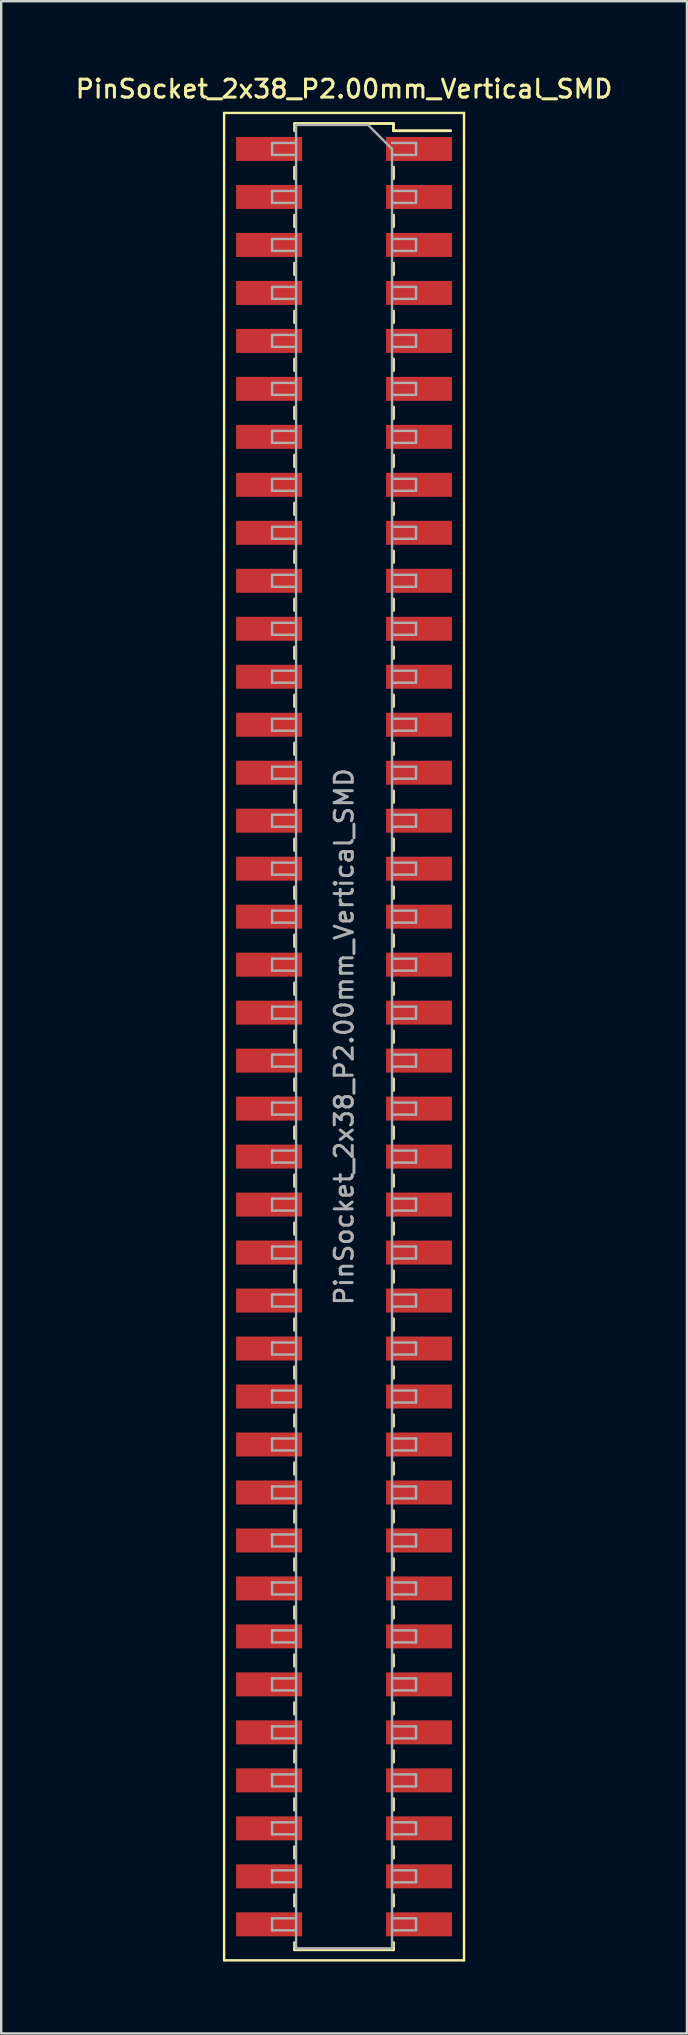
<source format=kicad_pcb>
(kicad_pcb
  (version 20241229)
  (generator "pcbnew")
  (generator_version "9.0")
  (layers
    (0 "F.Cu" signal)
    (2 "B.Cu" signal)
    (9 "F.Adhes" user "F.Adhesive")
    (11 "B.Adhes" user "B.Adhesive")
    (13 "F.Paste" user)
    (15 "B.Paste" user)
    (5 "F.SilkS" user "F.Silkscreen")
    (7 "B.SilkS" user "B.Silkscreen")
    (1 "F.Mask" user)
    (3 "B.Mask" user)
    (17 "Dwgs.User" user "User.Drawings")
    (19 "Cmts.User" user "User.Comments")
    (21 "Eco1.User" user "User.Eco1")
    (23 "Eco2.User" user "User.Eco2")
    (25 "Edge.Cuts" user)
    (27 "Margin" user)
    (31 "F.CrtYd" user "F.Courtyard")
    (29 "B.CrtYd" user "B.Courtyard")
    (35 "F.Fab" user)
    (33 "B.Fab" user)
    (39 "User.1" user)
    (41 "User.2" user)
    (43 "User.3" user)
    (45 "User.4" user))
  (footprint "PinSocket_2x38_P2.00mm_Vertical_SMD"
    (layer "F.Cu")
    (at 11.291 40.158)
    (property "Reference" "PinSocket_2x38_P2.00mm_Vertical_SMD" (at 0 -39.5 0) (layer "F.SilkS") (effects (font (size 0.75 0.75) (thickness 0.125))))
    (attr smd)
    (fp_line (start -5 -38.5) (end 5 -38.5) (stroke (width 0.1) (type solid)) (layer "F.SilkS"))
    (fp_line (start -5 38.5) (end -5 -38.5) (stroke (width 0.1) (type solid)) (layer "F.SilkS"))
    (fp_line (start -2.06 -38.06) (end -2.06 -37.76) (stroke (width 0.12) (type solid)) (layer "F.SilkS"))
    (fp_line (start -2.06 -38.06) (end 2.06 -38.06) (stroke (width 0.12) (type solid)) (layer "F.SilkS"))
    (fp_line (start -2.06 -36.24) (end -2.06 -35.76) (stroke (width 0.12) (type solid)) (layer "F.SilkS"))
    (fp_line (start -2.06 -34.24) (end -2.06 -33.76) (stroke (width 0.12) (type solid)) (layer "F.SilkS"))
    (fp_line (start -2.06 -32.24) (end -2.06 -31.76) (stroke (width 0.12) (type solid)) (layer "F.SilkS"))
    (fp_line (start -2.06 -30.24) (end -2.06 -29.76) (stroke (width 0.12) (type solid)) (layer "F.SilkS"))
    (fp_line (start -2.06 -28.24) (end -2.06 -27.76) (stroke (width 0.12) (type solid)) (layer "F.SilkS"))
    (fp_line (start -2.06 -26.24) (end -2.06 -25.76) (stroke (width 0.12) (type solid)) (layer "F.SilkS"))
    (fp_line (start -2.06 -24.24) (end -2.06 -23.76) (stroke (width 0.12) (type solid)) (layer "F.SilkS"))
    (fp_line (start -2.06 -22.24) (end -2.06 -21.76) (stroke (width 0.12) (type solid)) (layer "F.SilkS"))
    (fp_line (start -2.06 -20.24) (end -2.06 -19.76) (stroke (width 0.12) (type solid)) (layer "F.SilkS"))
    (fp_line (start -2.06 -18.24) (end -2.06 -17.76) (stroke (width 0.12) (type solid)) (layer "F.SilkS"))
    (fp_line (start -2.06 -16.24) (end -2.06 -15.76) (stroke (width 0.12) (type solid)) (layer "F.SilkS"))
    (fp_line (start -2.06 -14.24) (end -2.06 -13.76) (stroke (width 0.12) (type solid)) (layer "F.SilkS"))
    (fp_line (start -2.06 -12.24) (end -2.06 -11.76) (stroke (width 0.12) (type solid)) (layer "F.SilkS"))
    (fp_line (start -2.06 -10.24) (end -2.06 -9.76) (stroke (width 0.12) (type solid)) (layer "F.SilkS"))
    (fp_line (start -2.06 -8.24) (end -2.06 -7.76) (stroke (width 0.12) (type solid)) (layer "F.SilkS"))
    (fp_line (start -2.06 -6.24) (end -2.06 -5.76) (stroke (width 0.12) (type solid)) (layer "F.SilkS"))
    (fp_line (start -2.06 -4.24) (end -2.06 -3.76) (stroke (width 0.12) (type solid)) (layer "F.SilkS"))
    (fp_line (start -2.06 -2.24) (end -2.06 -1.76) (stroke (width 0.12) (type solid)) (layer "F.SilkS"))
    (fp_line (start -2.06 -0.24) (end -2.06 0.24) (stroke (width 0.12) (type solid)) (layer "F.SilkS"))
    (fp_line (start -2.06 1.76) (end -2.06 2.24) (stroke (width 0.12) (type solid)) (layer "F.SilkS"))
    (fp_line (start -2.06 3.76) (end -2.06 4.24) (stroke (width 0.12) (type solid)) (layer "F.SilkS"))
    (fp_line (start -2.06 5.76) (end -2.06 6.24) (stroke (width 0.12) (type solid)) (layer "F.SilkS"))
    (fp_line (start -2.06 7.76) (end -2.06 8.24) (stroke (width 0.12) (type solid)) (layer "F.SilkS"))
    (fp_line (start -2.06 9.76) (end -2.06 10.24) (stroke (width 0.12) (type solid)) (layer "F.SilkS"))
    (fp_line (start -2.06 11.76) (end -2.06 12.24) (stroke (width 0.12) (type solid)) (layer "F.SilkS"))
    (fp_line (start -2.06 13.76) (end -2.06 14.24) (stroke (width 0.12) (type solid)) (layer "F.SilkS"))
    (fp_line (start -2.06 15.76) (end -2.06 16.24) (stroke (width 0.12) (type solid)) (layer "F.SilkS"))
    (fp_line (start -2.06 17.76) (end -2.06 18.24) (stroke (width 0.12) (type solid)) (layer "F.SilkS"))
    (fp_line (start -2.06 19.76) (end -2.06 20.24) (stroke (width 0.12) (type solid)) (layer "F.SilkS"))
    (fp_line (start -2.06 21.76) (end -2.06 22.24) (stroke (width 0.12) (type solid)) (layer "F.SilkS"))
    (fp_line (start -2.06 23.76) (end -2.06 24.24) (stroke (width 0.12) (type solid)) (layer "F.SilkS"))
    (fp_line (start -2.06 25.76) (end -2.06 26.24) (stroke (width 0.12) (type solid)) (layer "F.SilkS"))
    (fp_line (start -2.06 27.76) (end -2.06 28.24) (stroke (width 0.12) (type solid)) (layer "F.SilkS"))
    (fp_line (start -2.06 29.76) (end -2.06 30.24) (stroke (width 0.12) (type solid)) (layer "F.SilkS"))
    (fp_line (start -2.06 31.76) (end -2.06 32.24) (stroke (width 0.12) (type solid)) (layer "F.SilkS"))
    (fp_line (start -2.06 33.76) (end -2.06 34.24) (stroke (width 0.12) (type solid)) (layer "F.SilkS"))
    (fp_line (start -2.06 35.76) (end -2.06 36.24) (stroke (width 0.12) (type solid)) (layer "F.SilkS"))
    (fp_line (start -2.06 37.76) (end -2.06 38.06) (stroke (width 0.12) (type solid)) (layer "F.SilkS"))
    (fp_line (start -2.06 38.06) (end 2.06 38.06) (stroke (width 0.12) (type solid)) (layer "F.SilkS"))
    (fp_line (start 2.06 -38.06) (end 2.06 -37.76) (stroke (width 0.12) (type solid)) (layer "F.SilkS"))
    (fp_line (start 2.06 -37.76) (end 4.44 -37.76) (stroke (width 0.12) (type solid)) (layer "F.SilkS"))
    (fp_line (start 2.06 -36.24) (end 2.06 -35.76) (stroke (width 0.12) (type solid)) (layer "F.SilkS"))
    (fp_line (start 2.06 -34.24) (end 2.06 -33.76) (stroke (width 0.12) (type solid)) (layer "F.SilkS"))
    (fp_line (start 2.06 -32.24) (end 2.06 -31.76) (stroke (width 0.12) (type solid)) (layer "F.SilkS"))
    (fp_line (start 2.06 -30.24) (end 2.06 -29.76) (stroke (width 0.12) (type solid)) (layer "F.SilkS"))
    (fp_line (start 2.06 -28.24) (end 2.06 -27.76) (stroke (width 0.12) (type solid)) (layer "F.SilkS"))
    (fp_line (start 2.06 -26.24) (end 2.06 -25.76) (stroke (width 0.12) (type solid)) (layer "F.SilkS"))
    (fp_line (start 2.06 -24.24) (end 2.06 -23.76) (stroke (width 0.12) (type solid)) (layer "F.SilkS"))
    (fp_line (start 2.06 -22.24) (end 2.06 -21.76) (stroke (width 0.12) (type solid)) (layer "F.SilkS"))
    (fp_line (start 2.06 -20.24) (end 2.06 -19.76) (stroke (width 0.12) (type solid)) (layer "F.SilkS"))
    (fp_line (start 2.06 -18.24) (end 2.06 -17.76) (stroke (width 0.12) (type solid)) (layer "F.SilkS"))
    (fp_line (start 2.06 -16.24) (end 2.06 -15.76) (stroke (width 0.12) (type solid)) (layer "F.SilkS"))
    (fp_line (start 2.06 -14.24) (end 2.06 -13.76) (stroke (width 0.12) (type solid)) (layer "F.SilkS"))
    (fp_line (start 2.06 -12.24) (end 2.06 -11.76) (stroke (width 0.12) (type solid)) (layer "F.SilkS"))
    (fp_line (start 2.06 -10.24) (end 2.06 -9.76) (stroke (width 0.12) (type solid)) (layer "F.SilkS"))
    (fp_line (start 2.06 -8.24) (end 2.06 -7.76) (stroke (width 0.12) (type solid)) (layer "F.SilkS"))
    (fp_line (start 2.06 -6.24) (end 2.06 -5.76) (stroke (width 0.12) (type solid)) (layer "F.SilkS"))
    (fp_line (start 2.06 -4.24) (end 2.06 -3.76) (stroke (width 0.12) (type solid)) (layer "F.SilkS"))
    (fp_line (start 2.06 -2.24) (end 2.06 -1.76) (stroke (width 0.12) (type solid)) (layer "F.SilkS"))
    (fp_line (start 2.06 -0.24) (end 2.06 0.24) (stroke (width 0.12) (type solid)) (layer "F.SilkS"))
    (fp_line (start 2.06 1.76) (end 2.06 2.24) (stroke (width 0.12) (type solid)) (layer "F.SilkS"))
    (fp_line (start 2.06 3.76) (end 2.06 4.24) (stroke (width 0.12) (type solid)) (layer "F.SilkS"))
    (fp_line (start 2.06 5.76) (end 2.06 6.24) (stroke (width 0.12) (type solid)) (layer "F.SilkS"))
    (fp_line (start 2.06 7.76) (end 2.06 8.24) (stroke (width 0.12) (type solid)) (layer "F.SilkS"))
    (fp_line (start 2.06 9.76) (end 2.06 10.24) (stroke (width 0.12) (type solid)) (layer "F.SilkS"))
    (fp_line (start 2.06 11.76) (end 2.06 12.24) (stroke (width 0.12) (type solid)) (layer "F.SilkS"))
    (fp_line (start 2.06 13.76) (end 2.06 14.24) (stroke (width 0.12) (type solid)) (layer "F.SilkS"))
    (fp_line (start 2.06 15.76) (end 2.06 16.24) (stroke (width 0.12) (type solid)) (layer "F.SilkS"))
    (fp_line (start 2.06 17.76) (end 2.06 18.24) (stroke (width 0.12) (type solid)) (layer "F.SilkS"))
    (fp_line (start 2.06 19.76) (end 2.06 20.24) (stroke (width 0.12) (type solid)) (layer "F.SilkS"))
    (fp_line (start 2.06 21.76) (end 2.06 22.24) (stroke (width 0.12) (type solid)) (layer "F.SilkS"))
    (fp_line (start 2.06 23.76) (end 2.06 24.24) (stroke (width 0.12) (type solid)) (layer "F.SilkS"))
    (fp_line (start 2.06 25.76) (end 2.06 26.24) (stroke (width 0.12) (type solid)) (layer "F.SilkS"))
    (fp_line (start 2.06 27.76) (end 2.06 28.24) (stroke (width 0.12) (type solid)) (layer "F.SilkS"))
    (fp_line (start 2.06 29.76) (end 2.06 30.24) (stroke (width 0.12) (type solid)) (layer "F.SilkS"))
    (fp_line (start 2.06 31.76) (end 2.06 32.24) (stroke (width 0.12) (type solid)) (layer "F.SilkS"))
    (fp_line (start 2.06 33.76) (end 2.06 34.24) (stroke (width 0.12) (type solid)) (layer "F.SilkS"))
    (fp_line (start 2.06 35.76) (end 2.06 36.24) (stroke (width 0.12) (type solid)) (layer "F.SilkS"))
    (fp_line (start 2.06 37.76) (end 2.06 38.06) (stroke (width 0.12) (type solid)) (layer "F.SilkS"))
    (fp_line (start 5 -38.5) (end 5 38.5) (stroke (width 0.1) (type solid)) (layer "F.SilkS"))
    (fp_line (start 5 38.5) (end -5 38.5) (stroke (width 0.1) (type solid)) (layer "F.SilkS"))
    (fp_line (start -3 -37.25) (end -2 -37.25) (stroke (width 0.1) (type solid)) (layer "F.Fab"))
    (fp_line (start -3 -36.75) (end -3 -37.25) (stroke (width 0.1) (type solid)) (layer "F.Fab"))
    (fp_line (start -3 -35.25) (end -2 -35.25) (stroke (width 0.1) (type solid)) (layer "F.Fab"))
    (fp_line (start -3 -34.75) (end -3 -35.25) (stroke (width 0.1) (type solid)) (layer "F.Fab"))
    (fp_line (start -3 -33.25) (end -2 -33.25) (stroke (width 0.1) (type solid)) (layer "F.Fab"))
    (fp_line (start -3 -32.75) (end -3 -33.25) (stroke (width 0.1) (type solid)) (layer "F.Fab"))
    (fp_line (start -3 -31.25) (end -2 -31.25) (stroke (width 0.1) (type solid)) (layer "F.Fab"))
    (fp_line (start -3 -30.75) (end -3 -31.25) (stroke (width 0.1) (type solid)) (layer "F.Fab"))
    (fp_line (start -3 -29.25) (end -2 -29.25) (stroke (width 0.1) (type solid)) (layer "F.Fab"))
    (fp_line (start -3 -28.75) (end -3 -29.25) (stroke (width 0.1) (type solid)) (layer "F.Fab"))
    (fp_line (start -3 -27.25) (end -2 -27.25) (stroke (width 0.1) (type solid)) (layer "F.Fab"))
    (fp_line (start -3 -26.75) (end -3 -27.25) (stroke (width 0.1) (type solid)) (layer "F.Fab"))
    (fp_line (start -3 -25.25) (end -2 -25.25) (stroke (width 0.1) (type solid)) (layer "F.Fab"))
    (fp_line (start -3 -24.75) (end -3 -25.25) (stroke (width 0.1) (type solid)) (layer "F.Fab"))
    (fp_line (start -3 -23.25) (end -2 -23.25) (stroke (width 0.1) (type solid)) (layer "F.Fab"))
    (fp_line (start -3 -22.75) (end -3 -23.25) (stroke (width 0.1) (type solid)) (layer "F.Fab"))
    (fp_line (start -3 -21.25) (end -2 -21.25) (stroke (width 0.1) (type solid)) (layer "F.Fab"))
    (fp_line (start -3 -20.75) (end -3 -21.25) (stroke (width 0.1) (type solid)) (layer "F.Fab"))
    (fp_line (start -3 -19.25) (end -2 -19.25) (stroke (width 0.1) (type solid)) (layer "F.Fab"))
    (fp_line (start -3 -18.75) (end -3 -19.25) (stroke (width 0.1) (type solid)) (layer "F.Fab"))
    (fp_line (start -3 -17.25) (end -2 -17.25) (stroke (width 0.1) (type solid)) (layer "F.Fab"))
    (fp_line (start -3 -16.75) (end -3 -17.25) (stroke (width 0.1) (type solid)) (layer "F.Fab"))
    (fp_line (start -3 -15.25) (end -2 -15.25) (stroke (width 0.1) (type solid)) (layer "F.Fab"))
    (fp_line (start -3 -14.75) (end -3 -15.25) (stroke (width 0.1) (type solid)) (layer "F.Fab"))
    (fp_line (start -3 -13.25) (end -2 -13.25) (stroke (width 0.1) (type solid)) (layer "F.Fab"))
    (fp_line (start -3 -12.75) (end -3 -13.25) (stroke (width 0.1) (type solid)) (layer "F.Fab"))
    (fp_line (start -3 -11.25) (end -2 -11.25) (stroke (width 0.1) (type solid)) (layer "F.Fab"))
    (fp_line (start -3 -10.75) (end -3 -11.25) (stroke (width 0.1) (type solid)) (layer "F.Fab"))
    (fp_line (start -3 -9.25) (end -2 -9.25) (stroke (width 0.1) (type solid)) (layer "F.Fab"))
    (fp_line (start -3 -8.75) (end -3 -9.25) (stroke (width 0.1) (type solid)) (layer "F.Fab"))
    (fp_line (start -3 -7.25) (end -2 -7.25) (stroke (width 0.1) (type solid)) (layer "F.Fab"))
    (fp_line (start -3 -6.75) (end -3 -7.25) (stroke (width 0.1) (type solid)) (layer "F.Fab"))
    (fp_line (start -3 -5.25) (end -2 -5.25) (stroke (width 0.1) (type solid)) (layer "F.Fab"))
    (fp_line (start -3 -4.75) (end -3 -5.25) (stroke (width 0.1) (type solid)) (layer "F.Fab"))
    (fp_line (start -3 -3.25) (end -2 -3.25) (stroke (width 0.1) (type solid)) (layer "F.Fab"))
    (fp_line (start -3 -2.75) (end -3 -3.25) (stroke (width 0.1) (type solid)) (layer "F.Fab"))
    (fp_line (start -3 -1.25) (end -2 -1.25) (stroke (width 0.1) (type solid)) (layer "F.Fab"))
    (fp_line (start -3 -0.75) (end -3 -1.25) (stroke (width 0.1) (type solid)) (layer "F.Fab"))
    (fp_line (start -3 0.75) (end -2 0.75) (stroke (width 0.1) (type solid)) (layer "F.Fab"))
    (fp_line (start -3 1.25) (end -3 0.75) (stroke (width 0.1) (type solid)) (layer "F.Fab"))
    (fp_line (start -3 2.75) (end -2 2.75) (stroke (width 0.1) (type solid)) (layer "F.Fab"))
    (fp_line (start -3 3.25) (end -3 2.75) (stroke (width 0.1) (type solid)) (layer "F.Fab"))
    (fp_line (start -3 4.75) (end -2 4.75) (stroke (width 0.1) (type solid)) (layer "F.Fab"))
    (fp_line (start -3 5.25) (end -3 4.75) (stroke (width 0.1) (type solid)) (layer "F.Fab"))
    (fp_line (start -3 6.75) (end -2 6.75) (stroke (width 0.1) (type solid)) (layer "F.Fab"))
    (fp_line (start -3 7.25) (end -3 6.75) (stroke (width 0.1) (type solid)) (layer "F.Fab"))
    (fp_line (start -3 8.75) (end -2 8.75) (stroke (width 0.1) (type solid)) (layer "F.Fab"))
    (fp_line (start -3 9.25) (end -3 8.75) (stroke (width 0.1) (type solid)) (layer "F.Fab"))
    (fp_line (start -3 10.75) (end -2 10.75) (stroke (width 0.1) (type solid)) (layer "F.Fab"))
    (fp_line (start -3 11.25) (end -3 10.75) (stroke (width 0.1) (type solid)) (layer "F.Fab"))
    (fp_line (start -3 12.75) (end -2 12.75) (stroke (width 0.1) (type solid)) (layer "F.Fab"))
    (fp_line (start -3 13.25) (end -3 12.75) (stroke (width 0.1) (type solid)) (layer "F.Fab"))
    (fp_line (start -3 14.75) (end -2 14.75) (stroke (width 0.1) (type solid)) (layer "F.Fab"))
    (fp_line (start -3 15.25) (end -3 14.75) (stroke (width 0.1) (type solid)) (layer "F.Fab"))
    (fp_line (start -3 16.75) (end -2 16.75) (stroke (width 0.1) (type solid)) (layer "F.Fab"))
    (fp_line (start -3 17.25) (end -3 16.75) (stroke (width 0.1) (type solid)) (layer "F.Fab"))
    (fp_line (start -3 18.75) (end -2 18.75) (stroke (width 0.1) (type solid)) (layer "F.Fab"))
    (fp_line (start -3 19.25) (end -3 18.75) (stroke (width 0.1) (type solid)) (layer "F.Fab"))
    (fp_line (start -3 20.75) (end -2 20.75) (stroke (width 0.1) (type solid)) (layer "F.Fab"))
    (fp_line (start -3 21.25) (end -3 20.75) (stroke (width 0.1) (type solid)) (layer "F.Fab"))
    (fp_line (start -3 22.75) (end -2 22.75) (stroke (width 0.1) (type solid)) (layer "F.Fab"))
    (fp_line (start -3 23.25) (end -3 22.75) (stroke (width 0.1) (type solid)) (layer "F.Fab"))
    (fp_line (start -3 24.75) (end -2 24.75) (stroke (width 0.1) (type solid)) (layer "F.Fab"))
    (fp_line (start -3 25.25) (end -3 24.75) (stroke (width 0.1) (type solid)) (layer "F.Fab"))
    (fp_line (start -3 26.75) (end -2 26.75) (stroke (width 0.1) (type solid)) (layer "F.Fab"))
    (fp_line (start -3 27.25) (end -3 26.75) (stroke (width 0.1) (type solid)) (layer "F.Fab"))
    (fp_line (start -3 28.75) (end -2 28.75) (stroke (width 0.1) (type solid)) (layer "F.Fab"))
    (fp_line (start -3 29.25) (end -3 28.75) (stroke (width 0.1) (type solid)) (layer "F.Fab"))
    (fp_line (start -3 30.75) (end -2 30.75) (stroke (width 0.1) (type solid)) (layer "F.Fab"))
    (fp_line (start -3 31.25) (end -3 30.75) (stroke (width 0.1) (type solid)) (layer "F.Fab"))
    (fp_line (start -3 32.75) (end -2 32.75) (stroke (width 0.1) (type solid)) (layer "F.Fab"))
    (fp_line (start -3 33.25) (end -3 32.75) (stroke (width 0.1) (type solid)) (layer "F.Fab"))
    (fp_line (start -3 34.75) (end -2 34.75) (stroke (width 0.1) (type solid)) (layer "F.Fab"))
    (fp_line (start -3 35.25) (end -3 34.75) (stroke (width 0.1) (type solid)) (layer "F.Fab"))
    (fp_line (start -3 36.75) (end -2 36.75) (stroke (width 0.1) (type solid)) (layer "F.Fab"))
    (fp_line (start -3 37.25) (end -3 36.75) (stroke (width 0.1) (type solid)) (layer "F.Fab"))
    (fp_line (start -2 -38) (end 1 -38) (stroke (width 0.1) (type solid)) (layer "F.Fab"))
    (fp_line (start -2 -36.75) (end -3 -36.75) (stroke (width 0.1) (type solid)) (layer "F.Fab"))
    (fp_line (start -2 -34.75) (end -3 -34.75) (stroke (width 0.1) (type solid)) (layer "F.Fab"))
    (fp_line (start -2 -32.75) (end -3 -32.75) (stroke (width 0.1) (type solid)) (layer "F.Fab"))
    (fp_line (start -2 -30.75) (end -3 -30.75) (stroke (width 0.1) (type solid)) (layer "F.Fab"))
    (fp_line (start -2 -28.75) (end -3 -28.75) (stroke (width 0.1) (type solid)) (layer "F.Fab"))
    (fp_line (start -2 -26.75) (end -3 -26.75) (stroke (width 0.1) (type solid)) (layer "F.Fab"))
    (fp_line (start -2 -24.75) (end -3 -24.75) (stroke (width 0.1) (type solid)) (layer "F.Fab"))
    (fp_line (start -2 -22.75) (end -3 -22.75) (stroke (width 0.1) (type solid)) (layer "F.Fab"))
    (fp_line (start -2 -20.75) (end -3 -20.75) (stroke (width 0.1) (type solid)) (layer "F.Fab"))
    (fp_line (start -2 -18.75) (end -3 -18.75) (stroke (width 0.1) (type solid)) (layer "F.Fab"))
    (fp_line (start -2 -16.75) (end -3 -16.75) (stroke (width 0.1) (type solid)) (layer "F.Fab"))
    (fp_line (start -2 -14.75) (end -3 -14.75) (stroke (width 0.1) (type solid)) (layer "F.Fab"))
    (fp_line (start -2 -12.75) (end -3 -12.75) (stroke (width 0.1) (type solid)) (layer "F.Fab"))
    (fp_line (start -2 -10.75) (end -3 -10.75) (stroke (width 0.1) (type solid)) (layer "F.Fab"))
    (fp_line (start -2 -8.75) (end -3 -8.75) (stroke (width 0.1) (type solid)) (layer "F.Fab"))
    (fp_line (start -2 -6.75) (end -3 -6.75) (stroke (width 0.1) (type solid)) (layer "F.Fab"))
    (fp_line (start -2 -4.75) (end -3 -4.75) (stroke (width 0.1) (type solid)) (layer "F.Fab"))
    (fp_line (start -2 -2.75) (end -3 -2.75) (stroke (width 0.1) (type solid)) (layer "F.Fab"))
    (fp_line (start -2 -0.75) (end -3 -0.75) (stroke (width 0.1) (type solid)) (layer "F.Fab"))
    (fp_line (start -2 1.25) (end -3 1.25) (stroke (width 0.1) (type solid)) (layer "F.Fab"))
    (fp_line (start -2 3.25) (end -3 3.25) (stroke (width 0.1) (type solid)) (layer "F.Fab"))
    (fp_line (start -2 5.25) (end -3 5.25) (stroke (width 0.1) (type solid)) (layer "F.Fab"))
    (fp_line (start -2 7.25) (end -3 7.25) (stroke (width 0.1) (type solid)) (layer "F.Fab"))
    (fp_line (start -2 9.25) (end -3 9.25) (stroke (width 0.1) (type solid)) (layer "F.Fab"))
    (fp_line (start -2 11.25) (end -3 11.25) (stroke (width 0.1) (type solid)) (layer "F.Fab"))
    (fp_line (start -2 13.25) (end -3 13.25) (stroke (width 0.1) (type solid)) (layer "F.Fab"))
    (fp_line (start -2 15.25) (end -3 15.25) (stroke (width 0.1) (type solid)) (layer "F.Fab"))
    (fp_line (start -2 17.25) (end -3 17.25) (stroke (width 0.1) (type solid)) (layer "F.Fab"))
    (fp_line (start -2 19.25) (end -3 19.25) (stroke (width 0.1) (type solid)) (layer "F.Fab"))
    (fp_line (start -2 21.25) (end -3 21.25) (stroke (width 0.1) (type solid)) (layer "F.Fab"))
    (fp_line (start -2 23.25) (end -3 23.25) (stroke (width 0.1) (type solid)) (layer "F.Fab"))
    (fp_line (start -2 25.25) (end -3 25.25) (stroke (width 0.1) (type solid)) (layer "F.Fab"))
    (fp_line (start -2 27.25) (end -3 27.25) (stroke (width 0.1) (type solid)) (layer "F.Fab"))
    (fp_line (start -2 29.25) (end -3 29.25) (stroke (width 0.1) (type solid)) (layer "F.Fab"))
    (fp_line (start -2 31.25) (end -3 31.25) (stroke (width 0.1) (type solid)) (layer "F.Fab"))
    (fp_line (start -2 33.25) (end -3 33.25) (stroke (width 0.1) (type solid)) (layer "F.Fab"))
    (fp_line (start -2 35.25) (end -3 35.25) (stroke (width 0.1) (type solid)) (layer "F.Fab"))
    (fp_line (start -2 37.25) (end -3 37.25) (stroke (width 0.1) (type solid)) (layer "F.Fab"))
    (fp_line (start -2 38) (end -2 -38) (stroke (width 0.1) (type solid)) (layer "F.Fab"))
    (fp_line (start 1 -38) (end 2 -37) (stroke (width 0.1) (type solid)) (layer "F.Fab"))
    (fp_line (start 2 -37.25) (end 3 -37.25) (stroke (width 0.1) (type solid)) (layer "F.Fab"))
    (fp_line (start 2 -37) (end 2 38) (stroke (width 0.1) (type solid)) (layer "F.Fab"))
    (fp_line (start 2 -35.25) (end 3 -35.25) (stroke (width 0.1) (type solid)) (layer "F.Fab"))
    (fp_line (start 2 -33.25) (end 3 -33.25) (stroke (width 0.1) (type solid)) (layer "F.Fab"))
    (fp_line (start 2 -31.25) (end 3 -31.25) (stroke (width 0.1) (type solid)) (layer "F.Fab"))
    (fp_line (start 2 -29.25) (end 3 -29.25) (stroke (width 0.1) (type solid)) (layer "F.Fab"))
    (fp_line (start 2 -27.25) (end 3 -27.25) (stroke (width 0.1) (type solid)) (layer "F.Fab"))
    (fp_line (start 2 -25.25) (end 3 -25.25) (stroke (width 0.1) (type solid)) (layer "F.Fab"))
    (fp_line (start 2 -23.25) (end 3 -23.25) (stroke (width 0.1) (type solid)) (layer "F.Fab"))
    (fp_line (start 2 -21.25) (end 3 -21.25) (stroke (width 0.1) (type solid)) (layer "F.Fab"))
    (fp_line (start 2 -19.25) (end 3 -19.25) (stroke (width 0.1) (type solid)) (layer "F.Fab"))
    (fp_line (start 2 -17.25) (end 3 -17.25) (stroke (width 0.1) (type solid)) (layer "F.Fab"))
    (fp_line (start 2 -15.25) (end 3 -15.25) (stroke (width 0.1) (type solid)) (layer "F.Fab"))
    (fp_line (start 2 -13.25) (end 3 -13.25) (stroke (width 0.1) (type solid)) (layer "F.Fab"))
    (fp_line (start 2 -11.25) (end 3 -11.25) (stroke (width 0.1) (type solid)) (layer "F.Fab"))
    (fp_line (start 2 -9.25) (end 3 -9.25) (stroke (width 0.1) (type solid)) (layer "F.Fab"))
    (fp_line (start 2 -7.25) (end 3 -7.25) (stroke (width 0.1) (type solid)) (layer "F.Fab"))
    (fp_line (start 2 -5.25) (end 3 -5.25) (stroke (width 0.1) (type solid)) (layer "F.Fab"))
    (fp_line (start 2 -3.25) (end 3 -3.25) (stroke (width 0.1) (type solid)) (layer "F.Fab"))
    (fp_line (start 2 -1.25) (end 3 -1.25) (stroke (width 0.1) (type solid)) (layer "F.Fab"))
    (fp_line (start 2 0.75) (end 3 0.75) (stroke (width 0.1) (type solid)) (layer "F.Fab"))
    (fp_line (start 2 2.75) (end 3 2.75) (stroke (width 0.1) (type solid)) (layer "F.Fab"))
    (fp_line (start 2 4.75) (end 3 4.75) (stroke (width 0.1) (type solid)) (layer "F.Fab"))
    (fp_line (start 2 6.75) (end 3 6.75) (stroke (width 0.1) (type solid)) (layer "F.Fab"))
    (fp_line (start 2 8.75) (end 3 8.75) (stroke (width 0.1) (type solid)) (layer "F.Fab"))
    (fp_line (start 2 10.75) (end 3 10.75) (stroke (width 0.1) (type solid)) (layer "F.Fab"))
    (fp_line (start 2 12.75) (end 3 12.75) (stroke (width 0.1) (type solid)) (layer "F.Fab"))
    (fp_line (start 2 14.75) (end 3 14.75) (stroke (width 0.1) (type solid)) (layer "F.Fab"))
    (fp_line (start 2 16.75) (end 3 16.75) (stroke (width 0.1) (type solid)) (layer "F.Fab"))
    (fp_line (start 2 18.75) (end 3 18.75) (stroke (width 0.1) (type solid)) (layer "F.Fab"))
    (fp_line (start 2 20.75) (end 3 20.75) (stroke (width 0.1) (type solid)) (layer "F.Fab"))
    (fp_line (start 2 22.75) (end 3 22.75) (stroke (width 0.1) (type solid)) (layer "F.Fab"))
    (fp_line (start 2 24.75) (end 3 24.75) (stroke (width 0.1) (type solid)) (layer "F.Fab"))
    (fp_line (start 2 26.75) (end 3 26.75) (stroke (width 0.1) (type solid)) (layer "F.Fab"))
    (fp_line (start 2 28.75) (end 3 28.75) (stroke (width 0.1) (type solid)) (layer "F.Fab"))
    (fp_line (start 2 30.75) (end 3 30.75) (stroke (width 0.1) (type solid)) (layer "F.Fab"))
    (fp_line (start 2 32.75) (end 3 32.75) (stroke (width 0.1) (type solid)) (layer "F.Fab"))
    (fp_line (start 2 34.75) (end 3 34.75) (stroke (width 0.1) (type solid)) (layer "F.Fab"))
    (fp_line (start 2 36.75) (end 3 36.75) (stroke (width 0.1) (type solid)) (layer "F.Fab"))
    (fp_line (start 2 38) (end -2 38) (stroke (width 0.1) (type solid)) (layer "F.Fab"))
    (fp_line (start 3 -37.25) (end 3 -36.75) (stroke (width 0.1) (type solid)) (layer "F.Fab"))
    (fp_line (start 3 -36.75) (end 2 -36.75) (stroke (width 0.1) (type solid)) (layer "F.Fab"))
    (fp_line (start 3 -35.25) (end 3 -34.75) (stroke (width 0.1) (type solid)) (layer "F.Fab"))
    (fp_line (start 3 -34.75) (end 2 -34.75) (stroke (width 0.1) (type solid)) (layer "F.Fab"))
    (fp_line (start 3 -33.25) (end 3 -32.75) (stroke (width 0.1) (type solid)) (layer "F.Fab"))
    (fp_line (start 3 -32.75) (end 2 -32.75) (stroke (width 0.1) (type solid)) (layer "F.Fab"))
    (fp_line (start 3 -31.25) (end 3 -30.75) (stroke (width 0.1) (type solid)) (layer "F.Fab"))
    (fp_line (start 3 -30.75) (end 2 -30.75) (stroke (width 0.1) (type solid)) (layer "F.Fab"))
    (fp_line (start 3 -29.25) (end 3 -28.75) (stroke (width 0.1) (type solid)) (layer "F.Fab"))
    (fp_line (start 3 -28.75) (end 2 -28.75) (stroke (width 0.1) (type solid)) (layer "F.Fab"))
    (fp_line (start 3 -27.25) (end 3 -26.75) (stroke (width 0.1) (type solid)) (layer "F.Fab"))
    (fp_line (start 3 -26.75) (end 2 -26.75) (stroke (width 0.1) (type solid)) (layer "F.Fab"))
    (fp_line (start 3 -25.25) (end 3 -24.75) (stroke (width 0.1) (type solid)) (layer "F.Fab"))
    (fp_line (start 3 -24.75) (end 2 -24.75) (stroke (width 0.1) (type solid)) (layer "F.Fab"))
    (fp_line (start 3 -23.25) (end 3 -22.75) (stroke (width 0.1) (type solid)) (layer "F.Fab"))
    (fp_line (start 3 -22.75) (end 2 -22.75) (stroke (width 0.1) (type solid)) (layer "F.Fab"))
    (fp_line (start 3 -21.25) (end 3 -20.75) (stroke (width 0.1) (type solid)) (layer "F.Fab"))
    (fp_line (start 3 -20.75) (end 2 -20.75) (stroke (width 0.1) (type solid)) (layer "F.Fab"))
    (fp_line (start 3 -19.25) (end 3 -18.75) (stroke (width 0.1) (type solid)) (layer "F.Fab"))
    (fp_line (start 3 -18.75) (end 2 -18.75) (stroke (width 0.1) (type solid)) (layer "F.Fab"))
    (fp_line (start 3 -17.25) (end 3 -16.75) (stroke (width 0.1) (type solid)) (layer "F.Fab"))
    (fp_line (start 3 -16.75) (end 2 -16.75) (stroke (width 0.1) (type solid)) (layer "F.Fab"))
    (fp_line (start 3 -15.25) (end 3 -14.75) (stroke (width 0.1) (type solid)) (layer "F.Fab"))
    (fp_line (start 3 -14.75) (end 2 -14.75) (stroke (width 0.1) (type solid)) (layer "F.Fab"))
    (fp_line (start 3 -13.25) (end 3 -12.75) (stroke (width 0.1) (type solid)) (layer "F.Fab"))
    (fp_line (start 3 -12.75) (end 2 -12.75) (stroke (width 0.1) (type solid)) (layer "F.Fab"))
    (fp_line (start 3 -11.25) (end 3 -10.75) (stroke (width 0.1) (type solid)) (layer "F.Fab"))
    (fp_line (start 3 -10.75) (end 2 -10.75) (stroke (width 0.1) (type solid)) (layer "F.Fab"))
    (fp_line (start 3 -9.25) (end 3 -8.75) (stroke (width 0.1) (type solid)) (layer "F.Fab"))
    (fp_line (start 3 -8.75) (end 2 -8.75) (stroke (width 0.1) (type solid)) (layer "F.Fab"))
    (fp_line (start 3 -7.25) (end 3 -6.75) (stroke (width 0.1) (type solid)) (layer "F.Fab"))
    (fp_line (start 3 -6.75) (end 2 -6.75) (stroke (width 0.1) (type solid)) (layer "F.Fab"))
    (fp_line (start 3 -5.25) (end 3 -4.75) (stroke (width 0.1) (type solid)) (layer "F.Fab"))
    (fp_line (start 3 -4.75) (end 2 -4.75) (stroke (width 0.1) (type solid)) (layer "F.Fab"))
    (fp_line (start 3 -3.25) (end 3 -2.75) (stroke (width 0.1) (type solid)) (layer "F.Fab"))
    (fp_line (start 3 -2.75) (end 2 -2.75) (stroke (width 0.1) (type solid)) (layer "F.Fab"))
    (fp_line (start 3 -1.25) (end 3 -0.75) (stroke (width 0.1) (type solid)) (layer "F.Fab"))
    (fp_line (start 3 -0.75) (end 2 -0.75) (stroke (width 0.1) (type solid)) (layer "F.Fab"))
    (fp_line (start 3 0.75) (end 3 1.25) (stroke (width 0.1) (type solid)) (layer "F.Fab"))
    (fp_line (start 3 1.25) (end 2 1.25) (stroke (width 0.1) (type solid)) (layer "F.Fab"))
    (fp_line (start 3 2.75) (end 3 3.25) (stroke (width 0.1) (type solid)) (layer "F.Fab"))
    (fp_line (start 3 3.25) (end 2 3.25) (stroke (width 0.1) (type solid)) (layer "F.Fab"))
    (fp_line (start 3 4.75) (end 3 5.25) (stroke (width 0.1) (type solid)) (layer "F.Fab"))
    (fp_line (start 3 5.25) (end 2 5.25) (stroke (width 0.1) (type solid)) (layer "F.Fab"))
    (fp_line (start 3 6.75) (end 3 7.25) (stroke (width 0.1) (type solid)) (layer "F.Fab"))
    (fp_line (start 3 7.25) (end 2 7.25) (stroke (width 0.1) (type solid)) (layer "F.Fab"))
    (fp_line (start 3 8.75) (end 3 9.25) (stroke (width 0.1) (type solid)) (layer "F.Fab"))
    (fp_line (start 3 9.25) (end 2 9.25) (stroke (width 0.1) (type solid)) (layer "F.Fab"))
    (fp_line (start 3 10.75) (end 3 11.25) (stroke (width 0.1) (type solid)) (layer "F.Fab"))
    (fp_line (start 3 11.25) (end 2 11.25) (stroke (width 0.1) (type solid)) (layer "F.Fab"))
    (fp_line (start 3 12.75) (end 3 13.25) (stroke (width 0.1) (type solid)) (layer "F.Fab"))
    (fp_line (start 3 13.25) (end 2 13.25) (stroke (width 0.1) (type solid)) (layer "F.Fab"))
    (fp_line (start 3 14.75) (end 3 15.25) (stroke (width 0.1) (type solid)) (layer "F.Fab"))
    (fp_line (start 3 15.25) (end 2 15.25) (stroke (width 0.1) (type solid)) (layer "F.Fab"))
    (fp_line (start 3 16.75) (end 3 17.25) (stroke (width 0.1) (type solid)) (layer "F.Fab"))
    (fp_line (start 3 17.25) (end 2 17.25) (stroke (width 0.1) (type solid)) (layer "F.Fab"))
    (fp_line (start 3 18.75) (end 3 19.25) (stroke (width 0.1) (type solid)) (layer "F.Fab"))
    (fp_line (start 3 19.25) (end 2 19.25) (stroke (width 0.1) (type solid)) (layer "F.Fab"))
    (fp_line (start 3 20.75) (end 3 21.25) (stroke (width 0.1) (type solid)) (layer "F.Fab"))
    (fp_line (start 3 21.25) (end 2 21.25) (stroke (width 0.1) (type solid)) (layer "F.Fab"))
    (fp_line (start 3 22.75) (end 3 23.25) (stroke (width 0.1) (type solid)) (layer "F.Fab"))
    (fp_line (start 3 23.25) (end 2 23.25) (stroke (width 0.1) (type solid)) (layer "F.Fab"))
    (fp_line (start 3 24.75) (end 3 25.25) (stroke (width 0.1) (type solid)) (layer "F.Fab"))
    (fp_line (start 3 25.25) (end 2 25.25) (stroke (width 0.1) (type solid)) (layer "F.Fab"))
    (fp_line (start 3 26.75) (end 3 27.25) (stroke (width 0.1) (type solid)) (layer "F.Fab"))
    (fp_line (start 3 27.25) (end 2 27.25) (stroke (width 0.1) (type solid)) (layer "F.Fab"))
    (fp_line (start 3 28.75) (end 3 29.25) (stroke (width 0.1) (type solid)) (layer "F.Fab"))
    (fp_line (start 3 29.25) (end 2 29.25) (stroke (width 0.1) (type solid)) (layer "F.Fab"))
    (fp_line (start 3 30.75) (end 3 31.25) (stroke (width 0.1) (type solid)) (layer "F.Fab"))
    (fp_line (start 3 31.25) (end 2 31.25) (stroke (width 0.1) (type solid)) (layer "F.Fab"))
    (fp_line (start 3 32.75) (end 3 33.25) (stroke (width 0.1) (type solid)) (layer "F.Fab"))
    (fp_line (start 3 33.25) (end 2 33.25) (stroke (width 0.1) (type solid)) (layer "F.Fab"))
    (fp_line (start 3 34.75) (end 3 35.25) (stroke (width 0.1) (type solid)) (layer "F.Fab"))
    (fp_line (start 3 35.25) (end 2 35.25) (stroke (width 0.1) (type solid)) (layer "F.Fab"))
    (fp_line (start 3 36.75) (end 3 37.25) (stroke (width 0.1) (type solid)) (layer "F.Fab"))
    (fp_line (start 3 37.25) (end 2 37.25) (stroke (width 0.1) (type solid)) (layer "F.Fab"))
    (fp_text user "${REFERENCE}" (at 0 0 90) (layer "F.Fab") (effects (font (size 0.75 0.75) (thickness 0.125))))
    (pad "1" smd rect (at 3.125 -37) (size 2.75 1) (layers "F.Cu" "F.Mask" "F.Paste"))
    (pad "2" smd rect (at -3.125 -37) (size 2.75 1) (layers "F.Cu" "F.Mask" "F.Paste"))
    (pad "3" smd rect (at 3.125 -35) (size 2.75 1) (layers "F.Cu" "F.Mask" "F.Paste"))
    (pad "4" smd rect (at -3.125 -35) (size 2.75 1) (layers "F.Cu" "F.Mask" "F.Paste"))
    (pad "5" smd rect (at 3.125 -33) (size 2.75 1) (layers "F.Cu" "F.Mask" "F.Paste"))
    (pad "6" smd rect (at -3.125 -33) (size 2.75 1) (layers "F.Cu" "F.Mask" "F.Paste"))
    (pad "7" smd rect (at 3.125 -31) (size 2.75 1) (layers "F.Cu" "F.Mask" "F.Paste"))
    (pad "8" smd rect (at -3.125 -31) (size 2.75 1) (layers "F.Cu" "F.Mask" "F.Paste"))
    (pad "9" smd rect (at 3.125 -29) (size 2.75 1) (layers "F.Cu" "F.Mask" "F.Paste"))
    (pad "10" smd rect (at -3.125 -29) (size 2.75 1) (layers "F.Cu" "F.Mask" "F.Paste"))
    (pad "11" smd rect (at 3.125 -27) (size 2.75 1) (layers "F.Cu" "F.Mask" "F.Paste"))
    (pad "12" smd rect (at -3.125 -27) (size 2.75 1) (layers "F.Cu" "F.Mask" "F.Paste"))
    (pad "13" smd rect (at 3.125 -25) (size 2.75 1) (layers "F.Cu" "F.Mask" "F.Paste"))
    (pad "14" smd rect (at -3.125 -25) (size 2.75 1) (layers "F.Cu" "F.Mask" "F.Paste"))
    (pad "15" smd rect (at 3.125 -23) (size 2.75 1) (layers "F.Cu" "F.Mask" "F.Paste"))
    (pad "16" smd rect (at -3.125 -23) (size 2.75 1) (layers "F.Cu" "F.Mask" "F.Paste"))
    (pad "17" smd rect (at 3.125 -21) (size 2.75 1) (layers "F.Cu" "F.Mask" "F.Paste"))
    (pad "18" smd rect (at -3.125 -21) (size 2.75 1) (layers "F.Cu" "F.Mask" "F.Paste"))
    (pad "19" smd rect (at 3.125 -19) (size 2.75 1) (layers "F.Cu" "F.Mask" "F.Paste"))
    (pad "20" smd rect (at -3.125 -19) (size 2.75 1) (layers "F.Cu" "F.Mask" "F.Paste"))
    (pad "21" smd rect (at 3.125 -17) (size 2.75 1) (layers "F.Cu" "F.Mask" "F.Paste"))
    (pad "22" smd rect (at -3.125 -17) (size 2.75 1) (layers "F.Cu" "F.Mask" "F.Paste"))
    (pad "23" smd rect (at 3.125 -15) (size 2.75 1) (layers "F.Cu" "F.Mask" "F.Paste"))
    (pad "24" smd rect (at -3.125 -15) (size 2.75 1) (layers "F.Cu" "F.Mask" "F.Paste"))
    (pad "25" smd rect (at 3.125 -13) (size 2.75 1) (layers "F.Cu" "F.Mask" "F.Paste"))
    (pad "26" smd rect (at -3.125 -13) (size 2.75 1) (layers "F.Cu" "F.Mask" "F.Paste"))
    (pad "27" smd rect (at 3.125 -11) (size 2.75 1) (layers "F.Cu" "F.Mask" "F.Paste"))
    (pad "28" smd rect (at -3.125 -11) (size 2.75 1) (layers "F.Cu" "F.Mask" "F.Paste"))
    (pad "29" smd rect (at 3.125 -9) (size 2.75 1) (layers "F.Cu" "F.Mask" "F.Paste"))
    (pad "30" smd rect (at -3.125 -9) (size 2.75 1) (layers "F.Cu" "F.Mask" "F.Paste"))
    (pad "31" smd rect (at 3.125 -7) (size 2.75 1) (layers "F.Cu" "F.Mask" "F.Paste"))
    (pad "32" smd rect (at -3.125 -7) (size 2.75 1) (layers "F.Cu" "F.Mask" "F.Paste"))
    (pad "33" smd rect (at 3.125 -5) (size 2.75 1) (layers "F.Cu" "F.Mask" "F.Paste"))
    (pad "34" smd rect (at -3.125 -5) (size 2.75 1) (layers "F.Cu" "F.Mask" "F.Paste"))
    (pad "35" smd rect (at 3.125 -3) (size 2.75 1) (layers "F.Cu" "F.Mask" "F.Paste"))
    (pad "36" smd rect (at -3.125 -3) (size 2.75 1) (layers "F.Cu" "F.Mask" "F.Paste"))
    (pad "37" smd rect (at 3.125 -1) (size 2.75 1) (layers "F.Cu" "F.Mask" "F.Paste"))
    (pad "38" smd rect (at -3.125 -1) (size 2.75 1) (layers "F.Cu" "F.Mask" "F.Paste"))
    (pad "39" smd rect (at 3.125 1) (size 2.75 1) (layers "F.Cu" "F.Mask" "F.Paste"))
    (pad "40" smd rect (at -3.125 1) (size 2.75 1) (layers "F.Cu" "F.Mask" "F.Paste"))
    (pad "41" smd rect (at 3.125 3) (size 2.75 1) (layers "F.Cu" "F.Mask" "F.Paste"))
    (pad "42" smd rect (at -3.125 3) (size 2.75 1) (layers "F.Cu" "F.Mask" "F.Paste"))
    (pad "43" smd rect (at 3.125 5) (size 2.75 1) (layers "F.Cu" "F.Mask" "F.Paste"))
    (pad "44" smd rect (at -3.125 5) (size 2.75 1) (layers "F.Cu" "F.Mask" "F.Paste"))
    (pad "45" smd rect (at 3.125 7) (size 2.75 1) (layers "F.Cu" "F.Mask" "F.Paste"))
    (pad "46" smd rect (at -3.125 7) (size 2.75 1) (layers "F.Cu" "F.Mask" "F.Paste"))
    (pad "47" smd rect (at 3.125 9) (size 2.75 1) (layers "F.Cu" "F.Mask" "F.Paste"))
    (pad "48" smd rect (at -3.125 9) (size 2.75 1) (layers "F.Cu" "F.Mask" "F.Paste"))
    (pad "49" smd rect (at 3.125 11) (size 2.75 1) (layers "F.Cu" "F.Mask" "F.Paste"))
    (pad "50" smd rect (at -3.125 11) (size 2.75 1) (layers "F.Cu" "F.Mask" "F.Paste"))
    (pad "51" smd rect (at 3.125 13) (size 2.75 1) (layers "F.Cu" "F.Mask" "F.Paste"))
    (pad "52" smd rect (at -3.125 13) (size 2.75 1) (layers "F.Cu" "F.Mask" "F.Paste"))
    (pad "53" smd rect (at 3.125 15) (size 2.75 1) (layers "F.Cu" "F.Mask" "F.Paste"))
    (pad "54" smd rect (at -3.125 15) (size 2.75 1) (layers "F.Cu" "F.Mask" "F.Paste"))
    (pad "55" smd rect (at 3.125 17) (size 2.75 1) (layers "F.Cu" "F.Mask" "F.Paste"))
    (pad "56" smd rect (at -3.125 17) (size 2.75 1) (layers "F.Cu" "F.Mask" "F.Paste"))
    (pad "57" smd rect (at 3.125 19) (size 2.75 1) (layers "F.Cu" "F.Mask" "F.Paste"))
    (pad "58" smd rect (at -3.125 19) (size 2.75 1) (layers "F.Cu" "F.Mask" "F.Paste"))
    (pad "59" smd rect (at 3.125 21) (size 2.75 1) (layers "F.Cu" "F.Mask" "F.Paste"))
    (pad "60" smd rect (at -3.125 21) (size 2.75 1) (layers "F.Cu" "F.Mask" "F.Paste"))
    (pad "61" smd rect (at 3.125 23) (size 2.75 1) (layers "F.Cu" "F.Mask" "F.Paste"))
    (pad "62" smd rect (at -3.125 23) (size 2.75 1) (layers "F.Cu" "F.Mask" "F.Paste"))
    (pad "63" smd rect (at 3.125 25) (size 2.75 1) (layers "F.Cu" "F.Mask" "F.Paste"))
    (pad "64" smd rect (at -3.125 25) (size 2.75 1) (layers "F.Cu" "F.Mask" "F.Paste"))
    (pad "65" smd rect (at 3.125 27) (size 2.75 1) (layers "F.Cu" "F.Mask" "F.Paste"))
    (pad "66" smd rect (at -3.125 27) (size 2.75 1) (layers "F.Cu" "F.Mask" "F.Paste"))
    (pad "67" smd rect (at 3.125 29) (size 2.75 1) (layers "F.Cu" "F.Mask" "F.Paste"))
    (pad "68" smd rect (at -3.125 29) (size 2.75 1) (layers "F.Cu" "F.Mask" "F.Paste"))
    (pad "69" smd rect (at 3.125 31) (size 2.75 1) (layers "F.Cu" "F.Mask" "F.Paste"))
    (pad "70" smd rect (at -3.125 31) (size 2.75 1) (layers "F.Cu" "F.Mask" "F.Paste"))
    (pad "71" smd rect (at 3.125 33) (size 2.75 1) (layers "F.Cu" "F.Mask" "F.Paste"))
    (pad "72" smd rect (at -3.125 33) (size 2.75 1) (layers "F.Cu" "F.Mask" "F.Paste"))
    (pad "73" smd rect (at 3.125 35) (size 2.75 1) (layers "F.Cu" "F.Mask" "F.Paste"))
    (pad "74" smd rect (at -3.125 35) (size 2.75 1) (layers "F.Cu" "F.Mask" "F.Paste"))
    (pad "75" smd rect (at 3.125 37) (size 2.75 1) (layers "F.Cu" "F.Mask" "F.Paste"))
    (pad "76" smd rect (at -3.125 37) (size 2.75 1) (layers "F.Cu" "F.Mask" "F.Paste")))
  (gr_rect
    (start -3 -3)
    (end 25.582 81.708)
    (stroke (width 0.1) (type default))
    (fill no)
    (layer "Edge.Cuts")))
</source>
